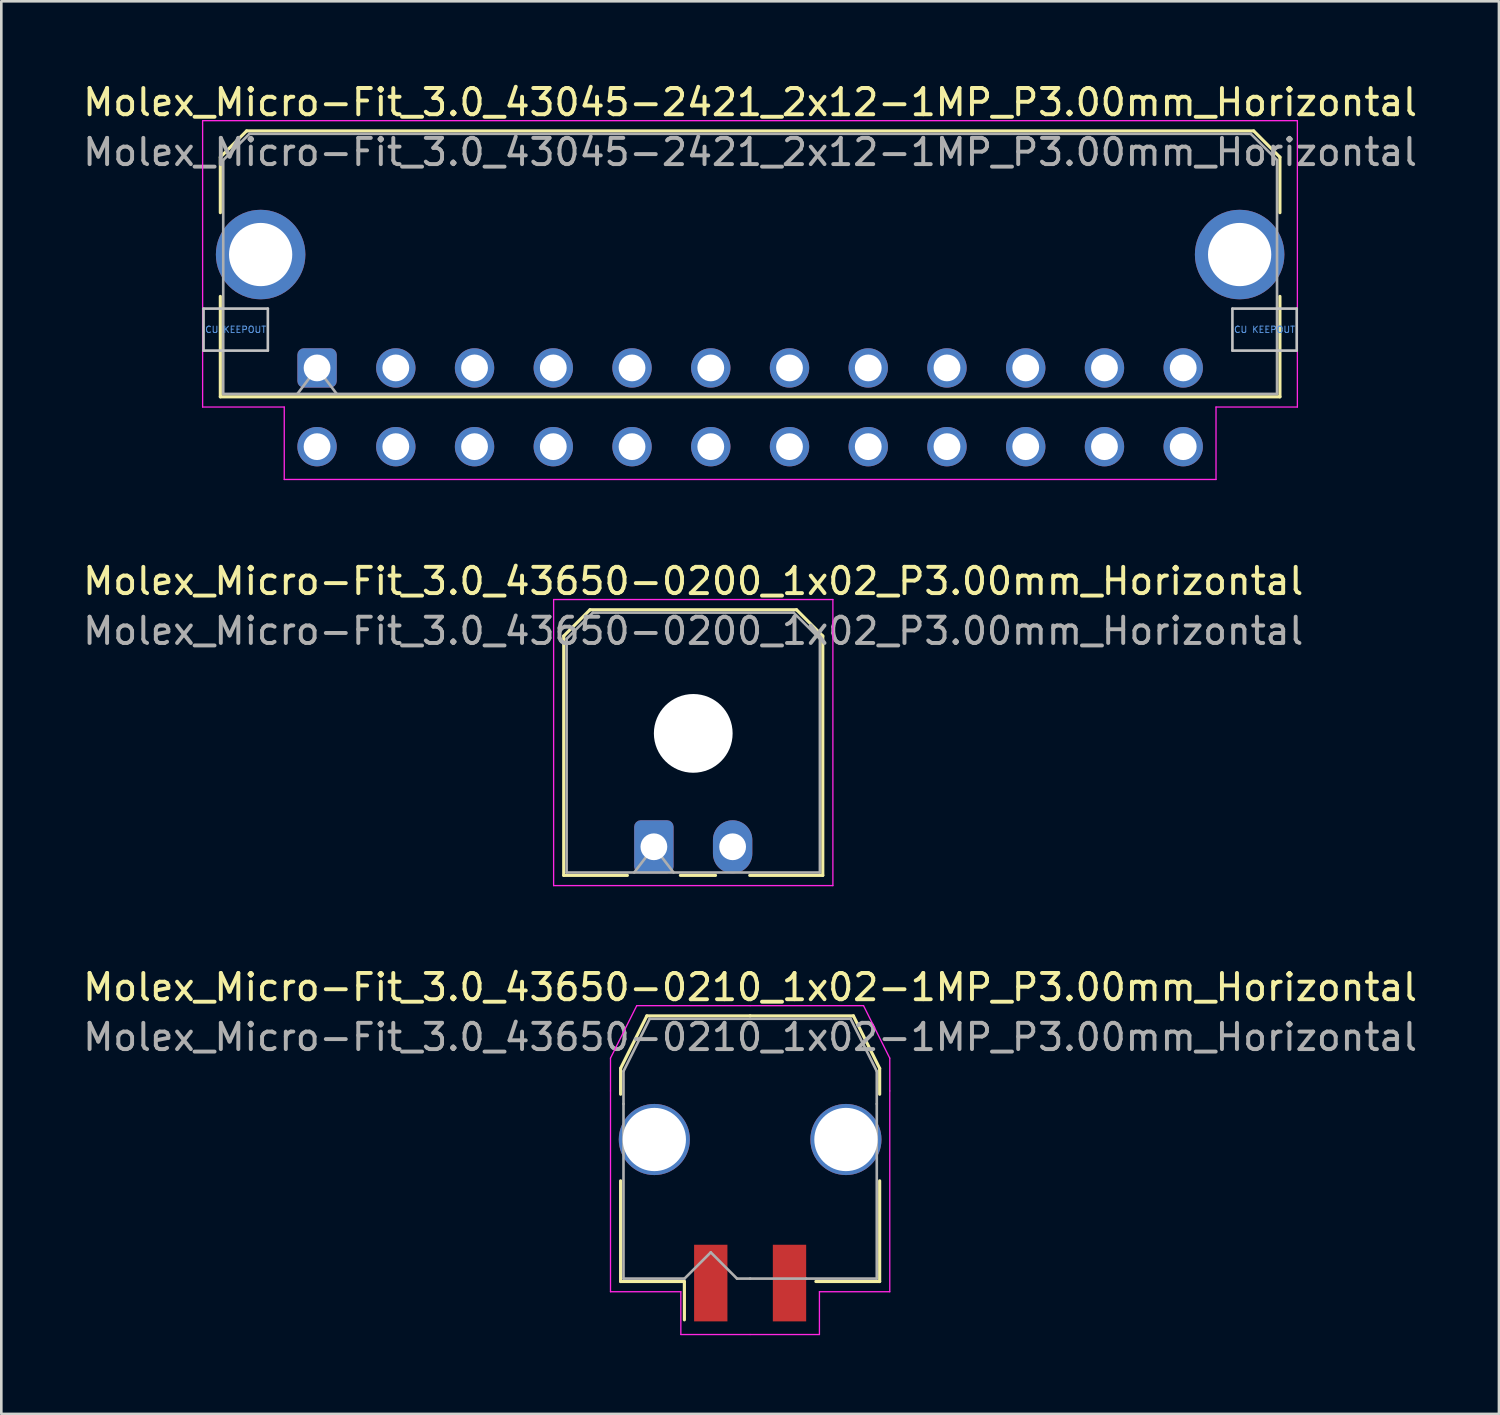
<source format=kicad_pcb>
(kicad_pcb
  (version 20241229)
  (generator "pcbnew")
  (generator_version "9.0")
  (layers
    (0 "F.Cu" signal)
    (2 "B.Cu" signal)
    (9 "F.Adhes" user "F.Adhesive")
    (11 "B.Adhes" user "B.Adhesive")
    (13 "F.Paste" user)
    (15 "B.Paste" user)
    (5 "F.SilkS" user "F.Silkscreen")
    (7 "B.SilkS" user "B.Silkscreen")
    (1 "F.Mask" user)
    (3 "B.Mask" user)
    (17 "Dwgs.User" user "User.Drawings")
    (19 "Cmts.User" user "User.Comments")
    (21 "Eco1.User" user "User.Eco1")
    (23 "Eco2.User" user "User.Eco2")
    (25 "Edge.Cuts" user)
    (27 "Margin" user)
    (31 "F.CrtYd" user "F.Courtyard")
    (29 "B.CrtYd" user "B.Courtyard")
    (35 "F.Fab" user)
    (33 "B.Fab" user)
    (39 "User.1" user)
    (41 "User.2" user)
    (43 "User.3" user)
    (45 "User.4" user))
  (footprint "Molex_Micro-Fit_3.0_43650-0210_1x02-1MP_P3.00mm_Horizontal"
    (layer "F.Cu")
    (at 25.53 40.715)
    (property "Reference" "Molex_Micro-Fit_3.0_43650-0210_1x02-1MP_P3.00mm_Horizontal" (at 0 -6.15 0) (layer "F.SilkS") (effects (font (size 1 1) (thickness 0.15))))
    (attr smd)
    (fp_line (start -4.935 -3.06) (end -4.935 -2.075) (stroke (width 0.12) (type solid)) (layer "F.SilkS"))
    (fp_line (start -4.935 1.225) (end -4.935 5.06) (stroke (width 0.12) (type solid)) (layer "F.SilkS"))
    (fp_line (start -4.935 5.06) (end -2.505 5.06) (stroke (width 0.12) (type solid)) (layer "F.SilkS"))
    (fp_line (start -3.935 -5.06) (end -4.935 -3.06) (stroke (width 0.12) (type solid)) (layer "F.SilkS"))
    (fp_line (start -2.505 5.06) (end -2.505 6.52) (stroke (width 0.12) (type solid)) (layer "F.SilkS"))
    (fp_line (start 0 -5.06) (end -3.935 -5.06) (stroke (width 0.12) (type solid)) (layer "F.SilkS"))
    (fp_line (start 0 -5.06) (end 3.935 -5.06) (stroke (width 0.12) (type solid)) (layer "F.SilkS"))
    (fp_line (start 3.935 -5.06) (end 4.935 -3.06) (stroke (width 0.12) (type solid)) (layer "F.SilkS"))
    (fp_line (start 4.935 -3.06) (end 4.935 -2.075) (stroke (width 0.12) (type solid)) (layer "F.SilkS"))
    (fp_line (start 4.935 1.225) (end 4.935 5.06) (stroke (width 0.12) (type solid)) (layer "F.SilkS"))
    (fp_line (start 4.935 5.06) (end 2.505 5.06) (stroke (width 0.12) (type solid)) (layer "F.SilkS"))
    (fp_line (start -5.32 -3.45) (end -5.32 -2.2) (stroke (width 0.05) (type solid)) (layer "F.CrtYd"))
    (fp_line (start -5.32 -2.2) (end -5.32 5.45) (stroke (width 0.05) (type solid)) (layer "F.CrtYd"))
    (fp_line (start -5.32 5.45) (end -2.64 5.45) (stroke (width 0.05) (type solid)) (layer "F.CrtYd"))
    (fp_line (start -4.32 -5.45) (end -5.32 -3.45) (stroke (width 0.05) (type solid)) (layer "F.CrtYd"))
    (fp_line (start -2.64 5.45) (end -2.64 7.08) (stroke (width 0.05) (type solid)) (layer "F.CrtYd"))
    (fp_line (start -2.64 7.08) (end 0 7.08) (stroke (width 0.05) (type solid)) (layer "F.CrtYd"))
    (fp_line (start 0 -5.45) (end -4.32 -5.45) (stroke (width 0.05) (type solid)) (layer "F.CrtYd"))
    (fp_line (start 0 -5.45) (end 4.32 -5.45) (stroke (width 0.05) (type solid)) (layer "F.CrtYd"))
    (fp_line (start 2.64 5.45) (end 2.64 7.08) (stroke (width 0.05) (type solid)) (layer "F.CrtYd"))
    (fp_line (start 2.64 7.08) (end 0 7.08) (stroke (width 0.05) (type solid)) (layer "F.CrtYd"))
    (fp_line (start 4.32 -5.45) (end 5.32 -3.45) (stroke (width 0.05) (type solid)) (layer "F.CrtYd"))
    (fp_line (start 5.32 -3.45) (end 5.32 -2.2) (stroke (width 0.05) (type solid)) (layer "F.CrtYd"))
    (fp_line (start 5.32 -2.2) (end 5.32 5.45) (stroke (width 0.05) (type solid)) (layer "F.CrtYd"))
    (fp_line (start 5.32 5.45) (end 2.64 5.45) (stroke (width 0.05) (type solid)) (layer "F.CrtYd"))
    (fp_line (start -4.825 -2.95) (end -4.825 -1.705) (stroke (width 0.1) (type solid)) (layer "F.Fab"))
    (fp_line (start -4.825 -1.705) (end -4.825 4.95) (stroke (width 0.1) (type solid)) (layer "F.Fab"))
    (fp_line (start -4.825 4.95) (end -2.5 4.95) (stroke (width 0.1) (type solid)) (layer "F.Fab"))
    (fp_line (start -3.825 -4.95) (end -4.825 -2.95) (stroke (width 0.1) (type solid)) (layer "F.Fab"))
    (fp_line (start -2.5 4.95) (end -1.5 3.95) (stroke (width 0.1) (type solid)) (layer "F.Fab"))
    (fp_line (start -1.5 3.95) (end -0.5 4.95) (stroke (width 0.1) (type solid)) (layer "F.Fab"))
    (fp_line (start -0.5 4.95) (end 0 4.95) (stroke (width 0.1) (type solid)) (layer "F.Fab"))
    (fp_line (start 0 -4.95) (end -3.825 -4.95) (stroke (width 0.1) (type solid)) (layer "F.Fab"))
    (fp_line (start 0 -4.95) (end 3.825 -4.95) (stroke (width 0.1) (type solid)) (layer "F.Fab"))
    (fp_line (start 2.135 4.95) (end 0 4.95) (stroke (width 0.1) (type solid)) (layer "F.Fab"))
    (fp_line (start 3.825 -4.95) (end 4.825 -2.95) (stroke (width 0.1) (type solid)) (layer "F.Fab"))
    (fp_line (start 4.825 -2.95) (end 4.825 -1.705) (stroke (width 0.1) (type solid)) (layer "F.Fab"))
    (fp_line (start 4.825 -1.705) (end 4.825 4.95) (stroke (width 0.1) (type solid)) (layer "F.Fab"))
    (fp_line (start 4.825 4.95) (end 2.135 4.95) (stroke (width 0.1) (type solid)) (layer "F.Fab"))
    (fp_text user "${REFERENCE}" (at 0 -4.25 0) (layer "F.Fab") (effects (font (size 1 1) (thickness 0.15))))
    (pad "1" smd rect (at -1.5 5.12) (size 1.27 2.92) (layers "F.Cu" "F.Mask" "F.Paste"))
    (pad "2" smd rect (at 1.5 5.12) (size 1.27 2.92) (layers "F.Cu" "F.Mask" "F.Paste"))
    (pad "MP" thru_hole circle (at -3.65 -0.35) (size 2.71 2.71) (drill 2.41) (layers "*.Cu" "*.Mask"))
    (pad "MP" thru_hole circle (at 3.65 -0.35) (size 2.71 2.71) (drill 2.41) (layers "*.Cu" "*.Mask")))
  (footprint "Molex_Micro-Fit_3.0_43045-2421_2x12-1MP_P3.00mm_Horizontal"
    (layer "F.Cu")
    (at 9.03 10.968)
    (property "Reference" "Molex_Micro-Fit_3.0_43045-2421_2x12-1MP_P3.00mm_Horizontal" (at 16.5 -10.12 0) (layer "F.SilkS") (effects (font (size 1 1) (thickness 0.15))))
    (attr through_hole)
    (fp_line (start -3.685 -8.03) (end -2.685 -9.03) (stroke (width 0.12) (type solid)) (layer "F.SilkS"))
    (fp_line (start -3.685 -5.915) (end -3.685 -8.03) (stroke (width 0.12) (type solid)) (layer "F.SilkS"))
    (fp_line (start -3.685 -2.725) (end -3.685 1.1) (stroke (width 0.12) (type solid)) (layer "F.SilkS"))
    (fp_line (start -3.685 1.1) (end 36.685 1.1) (stroke (width 0.12) (type solid)) (layer "F.SilkS"))
    (fp_line (start -2.685 -9.03) (end 35.685 -9.03) (stroke (width 0.12) (type solid)) (layer "F.SilkS"))
    (fp_line (start 35.685 -9.03) (end 36.685 -8.03) (stroke (width 0.12) (type solid)) (layer "F.SilkS"))
    (fp_line (start 36.685 -8.03) (end 36.685 -5.915) (stroke (width 0.12) (type solid)) (layer "F.SilkS"))
    (fp_line (start 36.685 1.1) (end 36.685 -2.725) (stroke (width 0.12) (type solid)) (layer "F.SilkS"))
    (fp_line (start -4.325 -2.26) (end -4.325 -0.66) (stroke (width 0.1) (type solid)) (layer "Dwgs.User"))
    (fp_line (start -4.325 -0.66) (end -1.875 -0.66) (stroke (width 0.1) (type solid)) (layer "Dwgs.User"))
    (fp_line (start -1.875 -2.26) (end -4.325 -2.26) (stroke (width 0.1) (type solid)) (layer "Dwgs.User"))
    (fp_line (start -1.875 -0.66) (end -1.875 -2.26) (stroke (width 0.1) (type solid)) (layer "Dwgs.User"))
    (fp_line (start 34.875 -2.26) (end 34.875 -0.66) (stroke (width 0.1) (type solid)) (layer "Dwgs.User"))
    (fp_line (start 34.875 -0.66) (end 37.325 -0.66) (stroke (width 0.1) (type solid)) (layer "Dwgs.User"))
    (fp_line (start 37.325 -2.26) (end 34.875 -2.26) (stroke (width 0.1) (type solid)) (layer "Dwgs.User"))
    (fp_line (start 37.325 -0.66) (end 37.325 -2.26) (stroke (width 0.1) (type solid)) (layer "Dwgs.User"))
    (fp_line (start -4.36 -9.42) (end 37.35 -9.42) (stroke (width 0.05) (type solid)) (layer "F.CrtYd"))
    (fp_line (start -4.36 1.49) (end -4.36 -9.42) (stroke (width 0.05) (type solid)) (layer "F.CrtYd"))
    (fp_line (start -1.25 1.49) (end -4.36 1.49) (stroke (width 0.05) (type solid)) (layer "F.CrtYd"))
    (fp_line (start -1.25 4.25) (end -1.25 1.49) (stroke (width 0.05) (type solid)) (layer "F.CrtYd"))
    (fp_line (start 34.25 1.49) (end 34.25 4.25) (stroke (width 0.05) (type solid)) (layer "F.CrtYd"))
    (fp_line (start 34.25 4.25) (end -1.25 4.25) (stroke (width 0.05) (type solid)) (layer "F.CrtYd"))
    (fp_line (start 37.35 -9.42) (end 37.35 1.49) (stroke (width 0.05) (type solid)) (layer "F.CrtYd"))
    (fp_line (start 37.35 1.49) (end 34.25 1.49) (stroke (width 0.05) (type solid)) (layer "F.CrtYd"))
    (fp_line (start -3.575 -7.92) (end -2.575 -8.92) (stroke (width 0.1) (type solid)) (layer "F.Fab"))
    (fp_line (start -3.575 0.99) (end -3.575 -7.92) (stroke (width 0.1) (type solid)) (layer "F.Fab"))
    (fp_line (start -2.575 -8.92) (end 35.575 -8.92) (stroke (width 0.1) (type solid)) (layer "F.Fab"))
    (fp_line (start -0.75 0.99) (end 0 0) (stroke (width 0.1) (type solid)) (layer "F.Fab"))
    (fp_line (start 0 0) (end 0.75 0.99) (stroke (width 0.1) (type solid)) (layer "F.Fab"))
    (fp_line (start 35.575 -8.92) (end 36.575 -7.92) (stroke (width 0.1) (type solid)) (layer "F.Fab"))
    (fp_line (start 36.575 -7.92) (end 36.575 0.99) (stroke (width 0.1) (type solid)) (layer "F.Fab"))
    (fp_line (start 36.575 0.99) (end -3.575 0.99) (stroke (width 0.1) (type solid)) (layer "F.Fab"))
    (fp_text user "CU KEEPOUT" (at 36.1 -1.46 0) (layer "Cmts.User") (effects (font (size 0.245 0.245) (thickness 0.037))))
    (fp_text user "CU KEEPOUT" (at -3.1 -1.46 0) (layer "Cmts.User") (effects (font (size 0.245 0.245) (thickness 0.037))))
    (fp_text user "${REFERENCE}" (at 16.5 -8.22 0) (layer "F.Fab") (effects (font (size 1 1) (thickness 0.15))))
    (pad "1" thru_hole roundrect (at 0 0) (size 1.5 1.5) (drill 1.02) (layers "*.Cu" "*.Mask") (roundrect_rratio 0.167))
    (pad "2" thru_hole circle (at 3 0) (size 1.5 1.5) (drill 1.02) (layers "*.Cu" "*.Mask"))
    (pad "3" thru_hole circle (at 6 0) (size 1.5 1.5) (drill 1.02) (layers "*.Cu" "*.Mask"))
    (pad "4" thru_hole circle (at 9 0) (size 1.5 1.5) (drill 1.02) (layers "*.Cu" "*.Mask"))
    (pad "5" thru_hole circle (at 12 0) (size 1.5 1.5) (drill 1.02) (layers "*.Cu" "*.Mask"))
    (pad "6" thru_hole circle (at 15 0) (size 1.5 1.5) (drill 1.02) (layers "*.Cu" "*.Mask"))
    (pad "7" thru_hole circle (at 18 0) (size 1.5 1.5) (drill 1.02) (layers "*.Cu" "*.Mask"))
    (pad "8" thru_hole circle (at 21 0) (size 1.5 1.5) (drill 1.02) (layers "*.Cu" "*.Mask"))
    (pad "9" thru_hole circle (at 24 0) (size 1.5 1.5) (drill 1.02) (layers "*.Cu" "*.Mask"))
    (pad "10" thru_hole circle (at 27 0) (size 1.5 1.5) (drill 1.02) (layers "*.Cu" "*.Mask"))
    (pad "11" thru_hole circle (at 30 0) (size 1.5 1.5) (drill 1.02) (layers "*.Cu" "*.Mask"))
    (pad "12" thru_hole circle (at 33 0) (size 1.5 1.5) (drill 1.02) (layers "*.Cu" "*.Mask"))
    (pad "13" thru_hole circle (at 0 3) (size 1.5 1.5) (drill 1.02) (layers "*.Cu" "*.Mask"))
    (pad "14" thru_hole circle (at 3 3) (size 1.5 1.5) (drill 1.02) (layers "*.Cu" "*.Mask"))
    (pad "15" thru_hole circle (at 6 3) (size 1.5 1.5) (drill 1.02) (layers "*.Cu" "*.Mask"))
    (pad "16" thru_hole circle (at 9 3) (size 1.5 1.5) (drill 1.02) (layers "*.Cu" "*.Mask"))
    (pad "17" thru_hole circle (at 12 3) (size 1.5 1.5) (drill 1.02) (layers "*.Cu" "*.Mask"))
    (pad "18" thru_hole circle (at 15 3) (size 1.5 1.5) (drill 1.02) (layers "*.Cu" "*.Mask"))
    (pad "19" thru_hole circle (at 18 3) (size 1.5 1.5) (drill 1.02) (layers "*.Cu" "*.Mask"))
    (pad "20" thru_hole circle (at 21 3) (size 1.5 1.5) (drill 1.02) (layers "*.Cu" "*.Mask"))
    (pad "21" thru_hole circle (at 24 3) (size 1.5 1.5) (drill 1.02) (layers "*.Cu" "*.Mask"))
    (pad "22" thru_hole circle (at 27 3) (size 1.5 1.5) (drill 1.02) (layers "*.Cu" "*.Mask"))
    (pad "23" thru_hole circle (at 30 3) (size 1.5 1.5) (drill 1.02) (layers "*.Cu" "*.Mask"))
    (pad "24" thru_hole circle (at 33 3) (size 1.5 1.5) (drill 1.02) (layers "*.Cu" "*.Mask"))
    (pad "MP" thru_hole circle (at -2.15 -4.32) (size 3.41 3.41) (drill 2.41) (layers "*.Cu" "*.Mask"))
    (pad "MP" thru_hole circle (at 35.15 -4.32) (size 3.41 3.41) (drill 2.41) (layers "*.Cu" "*.Mask")))
  (footprint "Molex_Micro-Fit_3.0_43650-0200_1x02_P3.00mm_Horizontal"
    (layer "F.Cu")
    (at 21.863 29.212)
    (property "Reference" "Molex_Micro-Fit_3.0_43650-0200_1x02_P3.00mm_Horizontal" (at 1.5 -10.12 0) (layer "F.SilkS") (effects (font (size 1 1) (thickness 0.15))))
    (attr through_hole)
    (fp_line (start -3.435 -8.03) (end -2.435 -9.03) (stroke (width 0.12) (type solid)) (layer "F.SilkS"))
    (fp_line (start -3.435 1.09) (end -3.435 -8.03) (stroke (width 0.12) (type solid)) (layer "F.SilkS"))
    (fp_line (start -3.435 1.09) (end -1.01 1.09) (stroke (width 0.12) (type solid)) (layer "F.SilkS"))
    (fp_line (start -2.435 -9.03) (end 5.435 -9.03) (stroke (width 0.12) (type solid)) (layer "F.SilkS"))
    (fp_line (start 1.01 1.09) (end 2.348 1.09) (stroke (width 0.12) (type solid)) (layer "F.SilkS"))
    (fp_line (start 5.435 -9.03) (end 6.435 -8.03) (stroke (width 0.12) (type solid)) (layer "F.SilkS"))
    (fp_line (start 6.435 -8.03) (end 6.435 1.09) (stroke (width 0.12) (type solid)) (layer "F.SilkS"))
    (fp_line (start 6.435 1.09) (end 3.652 1.09) (stroke (width 0.12) (type solid)) (layer "F.SilkS"))
    (fp_line (start -3.82 -9.42) (end 6.82 -9.42) (stroke (width 0.05) (type solid)) (layer "F.CrtYd"))
    (fp_line (start -3.82 1.48) (end -3.82 -9.42) (stroke (width 0.05) (type solid)) (layer "F.CrtYd"))
    (fp_line (start 6.82 -9.42) (end 6.82 1.48) (stroke (width 0.05) (type solid)) (layer "F.CrtYd"))
    (fp_line (start 6.82 1.48) (end -3.82 1.48) (stroke (width 0.05) (type solid)) (layer "F.CrtYd"))
    (fp_line (start -3.325 -7.92) (end -2.325 -8.92) (stroke (width 0.1) (type solid)) (layer "F.Fab"))
    (fp_line (start -3.325 0.98) (end -3.325 -7.92) (stroke (width 0.1) (type solid)) (layer "F.Fab"))
    (fp_line (start -2.325 -8.92) (end 5.325 -8.92) (stroke (width 0.1) (type solid)) (layer "F.Fab"))
    (fp_line (start -0.75 0.98) (end 0 0) (stroke (width 0.1) (type solid)) (layer "F.Fab"))
    (fp_line (start 0 0) (end 0.75 0.98) (stroke (width 0.1) (type solid)) (layer "F.Fab"))
    (fp_line (start 5.325 -8.92) (end 6.325 -7.92) (stroke (width 0.1) (type solid)) (layer "F.Fab"))
    (fp_line (start 6.325 -7.92) (end 6.325 0.98) (stroke (width 0.1) (type solid)) (layer "F.Fab"))
    (fp_line (start 6.325 0.98) (end -3.325 0.98) (stroke (width 0.1) (type solid)) (layer "F.Fab"))
    (fp_text user "${REFERENCE}" (at 1.5 -8.22 0) (layer "F.Fab") (effects (font (size 1 1) (thickness 0.15))))
    (pad "" np_thru_hole circle (at 1.5 -4.32) (size 3 3) (drill 3) (layers "*.Cu" "*.Mask"))
    (pad "1" thru_hole roundrect (at 0 0) (size 1.5 2.02) (drill 1.02) (layers "*.Cu" "*.Mask") (roundrect_rratio 0.167))
    (pad "2" thru_hole oval (at 3 0) (size 1.5 2.02) (drill 1.02) (layers "*.Cu" "*.Mask")))
  (gr_rect
    (start -3 -3)
    (end 54.06 50.82)
    (stroke (width 0.1) (type default))
    (fill no)
    (layer "Edge.Cuts")))
</source>
